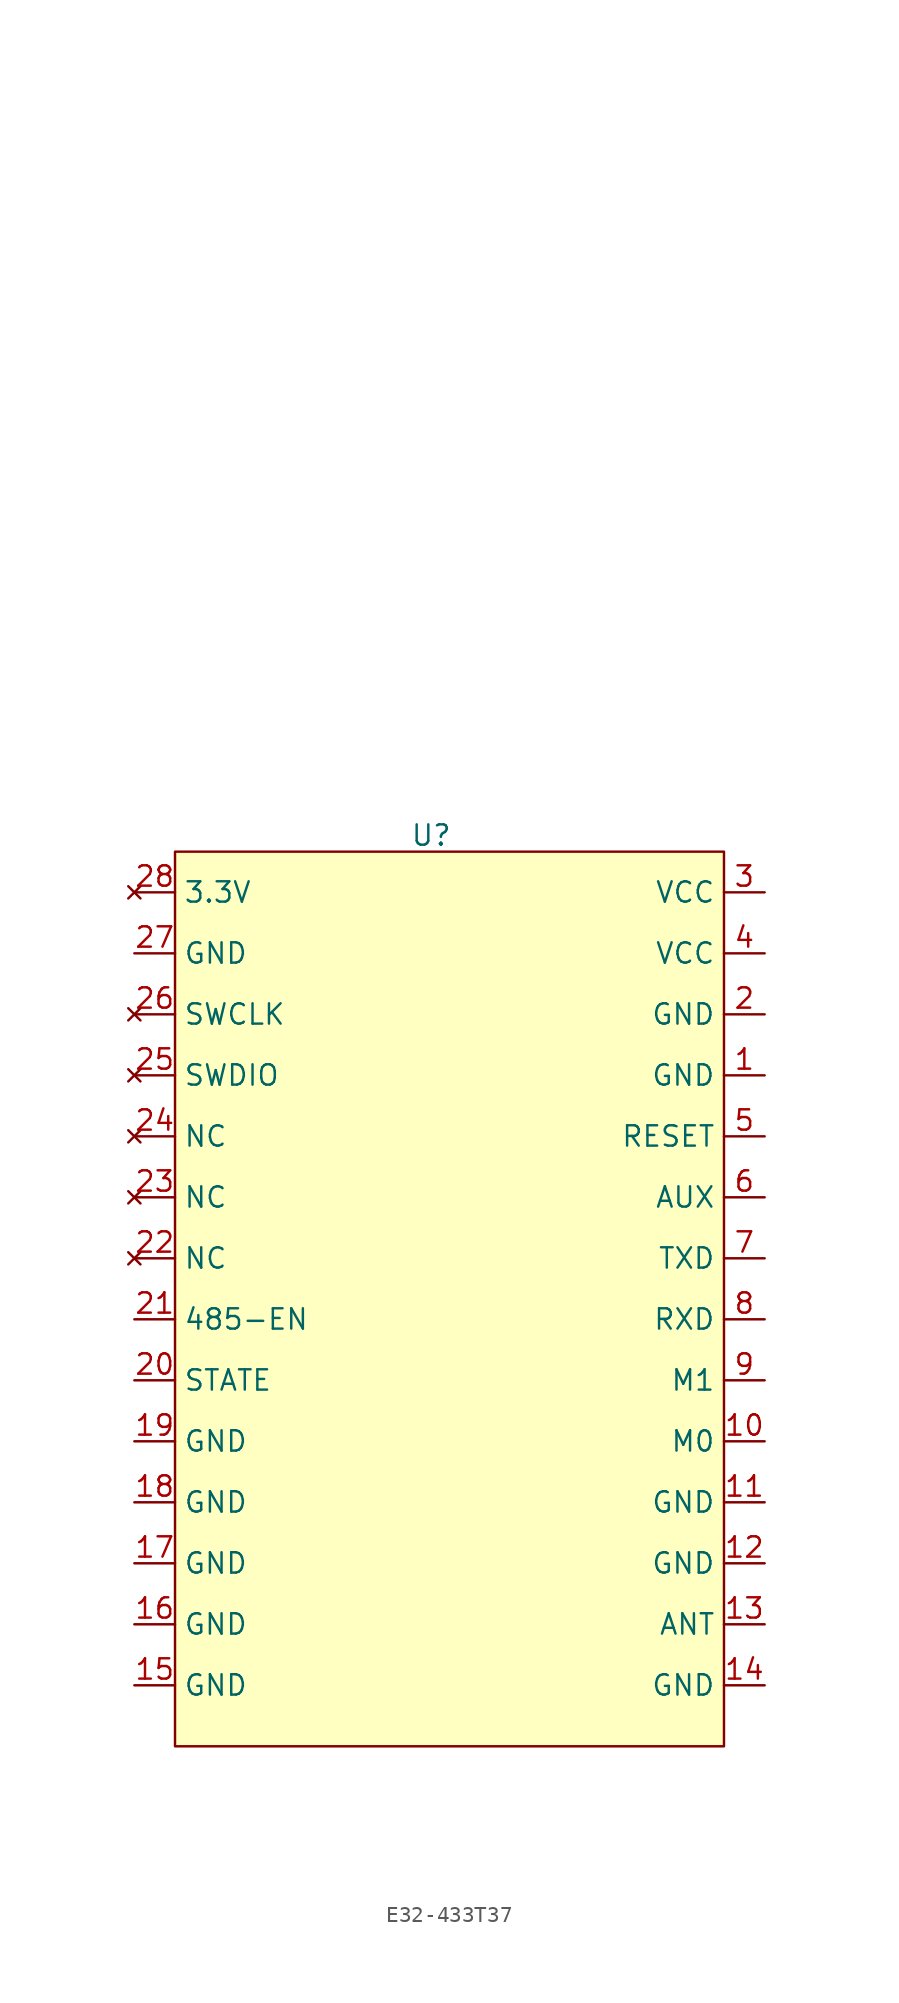
<source format=kicad_sym>
(kicad_symbol_lib
  (version 20241209)
  (generator "kicad_symbol_editor")
  (generator_version "9.0")
  (symbol "E32-433T37"
    (property "Reference" "U"
      (at 4.572 -38.354 0)
      (effects (font (size 1.27 1.27))))
    (property "Value" ""
      (at 0 0 0)
      (effects (font (size 1.27 1.27))))
    (symbol "E32-433T37_1_1"
      (rectangle (start -11.43 -39.37) (end 22.86 -95.25) (stroke (width 0) (type solid)) (fill (type background)))
      (pin no_connect line (at -13.97 -41.91 0) (length 2.54) (name "3.3V" (effects (font (size 1.27 1.27)))) (number "28" (effects (font (size 1.27 1.27)))))
      (pin input line (at -13.97 -45.72 0) (length 2.54) (name "GND" (effects (font (size 1.27 1.27)))) (number "27" (effects (font (size 1.27 1.27)))))
      (pin no_connect line (at -13.97 -49.53 0) (length 2.54) (name "SWCLK" (effects (font (size 1.27 1.27)))) (number "26" (effects (font (size 1.27 1.27)))))
      (pin no_connect line (at -13.97 -53.34 0) (length 2.54) (name "SWDIO" (effects (font (size 1.27 1.27)))) (number "25" (effects (font (size 1.27 1.27)))))
      (pin no_connect line (at -13.97 -57.15 0) (length 2.54) (name "NC" (effects (font (size 1.27 1.27)))) (number "24" (effects (font (size 1.27 1.27)))))
      (pin no_connect line (at -13.97 -60.96 0) (length 2.54) (name "NC" (effects (font (size 1.27 1.27)))) (number "23" (effects (font (size 1.27 1.27)))))
      (pin no_connect line (at -13.97 -64.77 0) (length 2.54) (name "NC" (effects (font (size 1.27 1.27)))) (number "22" (effects (font (size 1.27 1.27)))))
      (pin bidirectional line (at -13.97 -68.58 0) (length 2.54) (name "485-EN" (effects (font (size 1.27 1.27)))) (number "21" (effects (font (size 1.27 1.27)))))
      (pin output line (at -13.97 -72.39 0) (length 2.54) (name "STATE" (effects (font (size 1.27 1.27)))) (number "20" (effects (font (size 1.27 1.27)))))
      (pin input line (at -13.97 -76.2 0) (length 2.54) (name "GND" (effects (font (size 1.27 1.27)))) (number "19" (effects (font (size 1.27 1.27)))))
      (pin input line (at -13.97 -80.01 0) (length 2.54) (name "GND" (effects (font (size 1.27 1.27)))) (number "18" (effects (font (size 1.27 1.27)))))
      (pin input line (at -13.97 -83.82 0) (length 2.54) (name "GND" (effects (font (size 1.27 1.27)))) (number "17" (effects (font (size 1.27 1.27)))))
      (pin input line (at -13.97 -87.63 0) (length 2.54) (name "GND" (effects (font (size 1.27 1.27)))) (number "16" (effects (font (size 1.27 1.27)))))
      (pin input line (at -13.97 -91.44 0) (length 2.54) (name "GND" (effects (font (size 1.27 1.27)))) (number "15" (effects (font (size 1.27 1.27)))))
      (pin input line (at 25.4 -41.91 180) (length 2.54) (name "VCC" (effects (font (size 1.27 1.27)))) (number "3" (effects (font (size 1.27 1.27)))))
      (pin input line (at 25.4 -45.72 180) (length 2.54) (name "VCC" (effects (font (size 1.27 1.27)))) (number "4" (effects (font (size 1.27 1.27)))))
      (pin input line (at 25.4 -49.53 180) (length 2.54) (name "GND" (effects (font (size 1.27 1.27)))) (number "2" (effects (font (size 1.27 1.27)))))
      (pin input line (at 25.4 -53.34 180) (length 2.54) (name "GND" (effects (font (size 1.27 1.27)))) (number "1" (effects (font (size 1.27 1.27)))))
      (pin input line (at 25.4 -57.15 180) (length 2.54) (name "RESET" (effects (font (size 1.27 1.27)))) (number "5" (effects (font (size 1.27 1.27)))))
      (pin output line (at 25.4 -60.96 180) (length 2.54) (name "AUX" (effects (font (size 1.27 1.27)))) (number "6" (effects (font (size 1.27 1.27)))))
      (pin output line (at 25.4 -64.77 180) (length 2.54) (name "TXD" (effects (font (size 1.27 1.27)))) (number "7" (effects (font (size 1.27 1.27)))))
      (pin input line (at 25.4 -68.58 180) (length 2.54) (name "RXD" (effects (font (size 1.27 1.27)))) (number "8" (effects (font (size 1.27 1.27)))))
      (pin input line (at 25.4 -72.39 180) (length 2.54) (name "M1" (effects (font (size 1.27 1.27)))) (number "9" (effects (font (size 1.27 1.27)))))
      (pin input line (at 25.4 -76.2 180) (length 2.54) (name "M0" (effects (font (size 1.27 1.27)))) (number "10" (effects (font (size 1.27 1.27)))))
      (pin input line (at 25.4 -80.01 180) (length 2.54) (name "GND" (effects (font (size 1.27 1.27)))) (number "11" (effects (font (size 1.27 1.27)))))
      (pin input line (at 25.4 -83.82 180) (length 2.54) (name "GND" (effects (font (size 1.27 1.27)))) (number "12" (effects (font (size 1.27 1.27)))))
      (pin output line (at 25.4 -87.63 180) (length 2.54) (name "ANT" (effects (font (size 1.27 1.27)))) (number "13" (effects (font (size 1.27 1.27)))))
      (pin input line (at 25.4 -91.44 180) (length 2.54) (name "GND" (effects (font (size 1.27 1.27)))) (number "14" (effects (font (size 1.27 1.27))))))))
</source>
